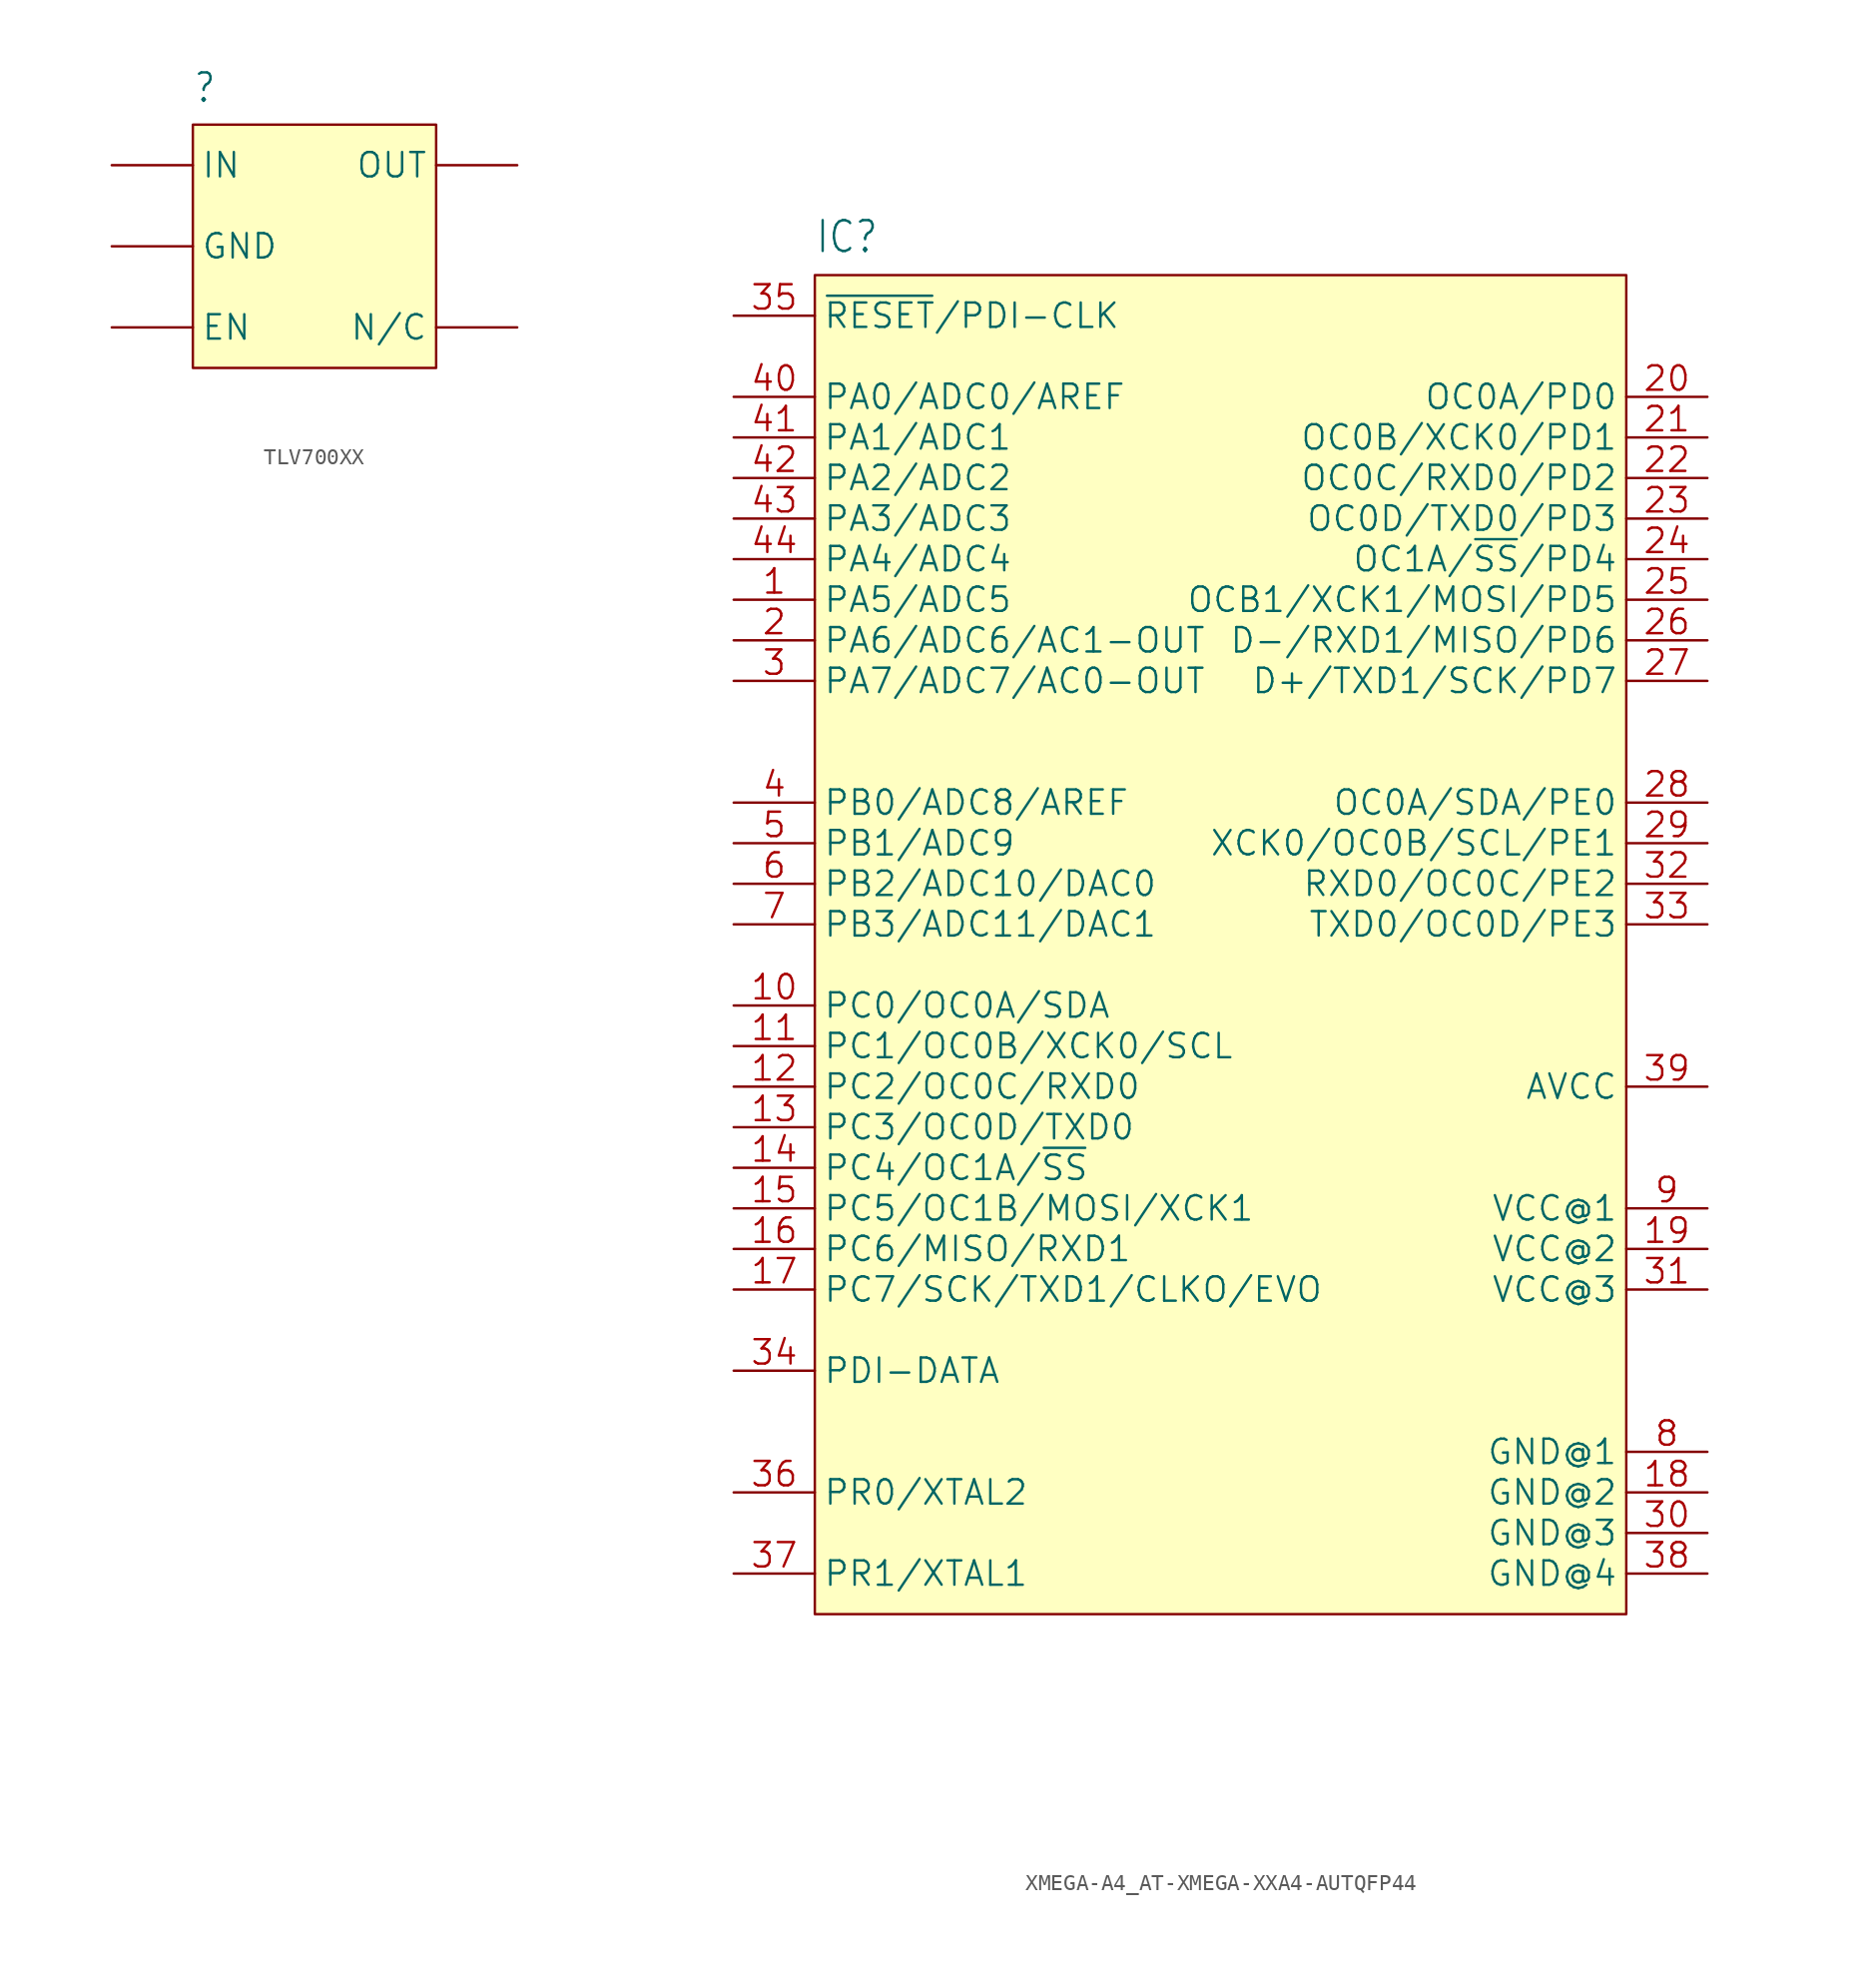
<source format=kicad_sym>
(kicad_symbol_lib
  (version 20241209)
  (generator "kicad_symbol_editor")
  (generator_version "9.0")
  (symbol "TLV700XX"
    (property "Reference" ""
      (at -7.62 8.89 0)
      (effects (font (size 1.778 1.511)) (justify left bottom)))
    (property "Value" ""
      (at -7.62 -10.16 0)
      (effects (font (size 1.778 1.511)) (justify left bottom)))
    (property "ki_locked" ""
      (at 0 0 0)
      (effects (font (size 1.27 1.27))))
    (symbol "TLV700XX_1_0"
      (pin bidirectional line (at -12.7 5.08 0) (length 5.08) (name "IN" (effects (font (size 1.524 1.524)))) (number "1" (effects (font (size 0 0)))))
      (pin bidirectional line (at -12.7 0 0) (length 5.08) (name "GND" (effects (font (size 1.524 1.524)))) (number "2" (effects (font (size 0 0)))))
      (pin bidirectional line (at -12.7 -5.08 0) (length 5.08) (name "EN" (effects (font (size 1.524 1.524)))) (number "3" (effects (font (size 0 0)))))
      (pin bidirectional line (at 12.7 5.08 180) (length 5.08) (name "OUT" (effects (font (size 1.524 1.524)))) (number "5" (effects (font (size 0 0)))))
      (pin bidirectional line (at 12.7 -5.08 180) (length 5.08) (name "N/C" (effects (font (size 1.524 1.524)))) (number "4" (effects (font (size 0 0))))))
    (symbol "TLV700XX_1_1"
      (rectangle (start -7.62 7.62) (end 7.62 -7.62) (stroke (width 0) (type solid)) (fill (type color) (color 255 255 194 1)))))
  (symbol "XMEGA-A4_AT-XMEGA-XXA4-AUTQFP44"
    (property "Reference" "IC"
      (at -25.4 44.45 0)
      (effects (font (size 1.93 1.641)) (justify left bottom)))
    (property "Value" ""
      (at -25.4 -46.99 0)
      (effects (font (size 1.93 1.641)) (justify left bottom)))
    (property "ki_locked" ""
      (at 0 0 0)
      (effects (font (size 1.27 1.27))))
    (symbol "XMEGA-A4_AT-XMEGA-XXA4-AUTQFP44_1_0"
      (pin input line (at -30.48 40.64 0) (length 5.08) (name "~{RESET}/PDI-CLK" (effects (font (size 1.524 1.524)))) (number "35" (effects (font (size 1.524 1.524)))))
      (pin bidirectional line (at -30.48 35.56 0) (length 5.08) (name "PA0/ADC0/AREF" (effects (font (size 1.524 1.524)))) (number "40" (effects (font (size 1.524 1.524)))))
      (pin bidirectional line (at -30.48 33.02 0) (length 5.08) (name "PA1/ADC1" (effects (font (size 1.524 1.524)))) (number "41" (effects (font (size 1.524 1.524)))))
      (pin bidirectional line (at -30.48 30.48 0) (length 5.08) (name "PA2/ADC2" (effects (font (size 1.524 1.524)))) (number "42" (effects (font (size 1.524 1.524)))))
      (pin bidirectional line (at -30.48 27.94 0) (length 5.08) (name "PA3/ADC3" (effects (font (size 1.524 1.524)))) (number "43" (effects (font (size 1.524 1.524)))))
      (pin bidirectional line (at -30.48 25.4 0) (length 5.08) (name "PA4/ADC4" (effects (font (size 1.524 1.524)))) (number "44" (effects (font (size 1.524 1.524)))))
      (pin bidirectional line (at -30.48 22.86 0) (length 5.08) (name "PA5/ADC5" (effects (font (size 1.524 1.524)))) (number "1" (effects (font (size 1.524 1.524)))))
      (pin bidirectional line (at -30.48 20.32 0) (length 5.08) (name "PA6/ADC6/AC1-OUT" (effects (font (size 1.524 1.524)))) (number "2" (effects (font (size 1.524 1.524)))))
      (pin bidirectional line (at -30.48 17.78 0) (length 5.08) (name "PA7/ADC7/AC0-OUT" (effects (font (size 1.524 1.524)))) (number "3" (effects (font (size 1.524 1.524)))))
      (pin bidirectional line (at -30.48 10.16 0) (length 5.08) (name "PB0/ADC8/AREF" (effects (font (size 1.524 1.524)))) (number "4" (effects (font (size 1.524 1.524)))))
      (pin bidirectional line (at -30.48 7.62 0) (length 5.08) (name "PB1/ADC9" (effects (font (size 1.524 1.524)))) (number "5" (effects (font (size 1.524 1.524)))))
      (pin bidirectional line (at -30.48 5.08 0) (length 5.08) (name "PB2/ADC10/DAC0" (effects (font (size 1.524 1.524)))) (number "6" (effects (font (size 1.524 1.524)))))
      (pin bidirectional line (at -30.48 2.54 0) (length 5.08) (name "PB3/ADC11/DAC1" (effects (font (size 1.524 1.524)))) (number "7" (effects (font (size 1.524 1.524)))))
      (pin bidirectional line (at -30.48 -2.54 0) (length 5.08) (name "PC0/OC0A/SDA" (effects (font (size 1.524 1.524)))) (number "10" (effects (font (size 1.524 1.524)))))
      (pin bidirectional line (at -30.48 -5.08 0) (length 5.08) (name "PC1/OC0B/XCK0/SCL" (effects (font (size 1.524 1.524)))) (number "11" (effects (font (size 1.524 1.524)))))
      (pin bidirectional line (at -30.48 -7.62 0) (length 5.08) (name "PC2/OC0C/RXD0" (effects (font (size 1.524 1.524)))) (number "12" (effects (font (size 1.524 1.524)))))
      (pin bidirectional line (at -30.48 -10.16 0) (length 5.08) (name "PC3/OC0D/TXD0" (effects (font (size 1.524 1.524)))) (number "13" (effects (font (size 1.524 1.524)))))
      (pin bidirectional line (at -30.48 -12.7 0) (length 5.08) (name "PC4/OC1A/~{SS}" (effects (font (size 1.524 1.524)))) (number "14" (effects (font (size 1.524 1.524)))))
      (pin bidirectional line (at -30.48 -15.24 0) (length 5.08) (name "PC5/OC1B/MOSI/XCK1" (effects (font (size 1.524 1.524)))) (number "15" (effects (font (size 1.524 1.524)))))
      (pin bidirectional line (at -30.48 -17.78 0) (length 5.08) (name "PC6/MISO/RXD1" (effects (font (size 1.524 1.524)))) (number "16" (effects (font (size 1.524 1.524)))))
      (pin bidirectional line (at -30.48 -20.32 0) (length 5.08) (name "PC7/SCK/TXD1/CLKO/EVO" (effects (font (size 1.524 1.524)))) (number "17" (effects (font (size 1.524 1.524)))))
      (pin bidirectional line (at -30.48 -25.4 0) (length 5.08) (name "PDI-DATA" (effects (font (size 1.524 1.524)))) (number "34" (effects (font (size 1.524 1.524)))))
      (pin bidirectional line (at -30.48 -33.02 0) (length 5.08) (name "PR0/XTAL2" (effects (font (size 1.524 1.524)))) (number "36" (effects (font (size 1.524 1.524)))))
      (pin bidirectional line (at -30.48 -38.1 0) (length 5.08) (name "PR1/XTAL1" (effects (font (size 1.524 1.524)))) (number "37" (effects (font (size 1.524 1.524)))))
      (pin bidirectional line (at 30.48 35.56 180) (length 5.08) (name "OC0A/PD0" (effects (font (size 1.524 1.524)))) (number "20" (effects (font (size 1.524 1.524)))))
      (pin bidirectional line (at 30.48 33.02 180) (length 5.08) (name "OC0B/XCK0/PD1" (effects (font (size 1.524 1.524)))) (number "21" (effects (font (size 1.524 1.524)))))
      (pin bidirectional line (at 30.48 30.48 180) (length 5.08) (name "OC0C/RXD0/PD2" (effects (font (size 1.524 1.524)))) (number "22" (effects (font (size 1.524 1.524)))))
      (pin bidirectional line (at 30.48 27.94 180) (length 5.08) (name "OC0D/TXD0/PD3" (effects (font (size 1.524 1.524)))) (number "23" (effects (font (size 1.524 1.524)))))
      (pin bidirectional line (at 30.48 25.4 180) (length 5.08) (name "OC1A/~{SS}/PD4" (effects (font (size 1.524 1.524)))) (number "24" (effects (font (size 1.524 1.524)))))
      (pin bidirectional line (at 30.48 22.86 180) (length 5.08) (name "OCB1/XCK1/MOSI/PD5" (effects (font (size 1.524 1.524)))) (number "25" (effects (font (size 1.524 1.524)))))
      (pin bidirectional line (at 30.48 20.32 180) (length 5.08) (name "D-/RXD1/MISO/PD6" (effects (font (size 1.524 1.524)))) (number "26" (effects (font (size 1.524 1.524)))))
      (pin bidirectional line (at 30.48 17.78 180) (length 5.08) (name "D+/TXD1/SCK/PD7" (effects (font (size 1.524 1.524)))) (number "27" (effects (font (size 1.524 1.524)))))
      (pin bidirectional line (at 30.48 10.16 180) (length 5.08) (name "OC0A/SDA/PE0" (effects (font (size 1.524 1.524)))) (number "28" (effects (font (size 1.524 1.524)))))
      (pin bidirectional line (at 30.48 7.62 180) (length 5.08) (name "XCK0/OC0B/SCL/PE1" (effects (font (size 1.524 1.524)))) (number "29" (effects (font (size 1.524 1.524)))))
      (pin bidirectional line (at 30.48 5.08 180) (length 5.08) (name "RXD0/OC0C/PE2" (effects (font (size 1.524 1.524)))) (number "32" (effects (font (size 1.524 1.524)))))
      (pin bidirectional line (at 30.48 2.54 180) (length 5.08) (name "TXD0/OC0D/PE3" (effects (font (size 1.524 1.524)))) (number "33" (effects (font (size 1.524 1.524)))))
      (pin power_in line (at 30.48 -7.62 180) (length 5.08) (name "AVCC" (effects (font (size 1.524 1.524)))) (number "39" (effects (font (size 1.524 1.524)))))
      (pin power_in line (at 30.48 -15.24 180) (length 5.08) (name "VCC@1" (effects (font (size 1.524 1.524)))) (number "9" (effects (font (size 1.524 1.524)))))
      (pin power_in line (at 30.48 -17.78 180) (length 5.08) (name "VCC@2" (effects (font (size 1.524 1.524)))) (number "19" (effects (font (size 1.524 1.524)))))
      (pin power_in line (at 30.48 -20.32 180) (length 5.08) (name "VCC@3" (effects (font (size 1.524 1.524)))) (number "31" (effects (font (size 1.524 1.524)))))
      (pin power_in line (at 30.48 -30.48 180) (length 5.08) (name "GND@1" (effects (font (size 1.524 1.524)))) (number "8" (effects (font (size 1.524 1.524)))))
      (pin power_in line (at 30.48 -33.02 180) (length 5.08) (name "GND@2" (effects (font (size 1.524 1.524)))) (number "18" (effects (font (size 1.524 1.524)))))
      (pin power_in line (at 30.48 -35.56 180) (length 5.08) (name "GND@3" (effects (font (size 1.524 1.524)))) (number "30" (effects (font (size 1.524 1.524)))))
      (pin power_in line (at 30.48 -38.1 180) (length 5.08) (name "GND@4" (effects (font (size 1.524 1.524)))) (number "38" (effects (font (size 1.524 1.524))))))
    (symbol "XMEGA-A4_AT-XMEGA-XXA4-AUTQFP44_1_1"
      (rectangle (start -25.4 43.18) (end 25.4 -40.64) (stroke (width 0) (type solid)) (fill (type color) (color 255 255 194 1))))))
</source>
